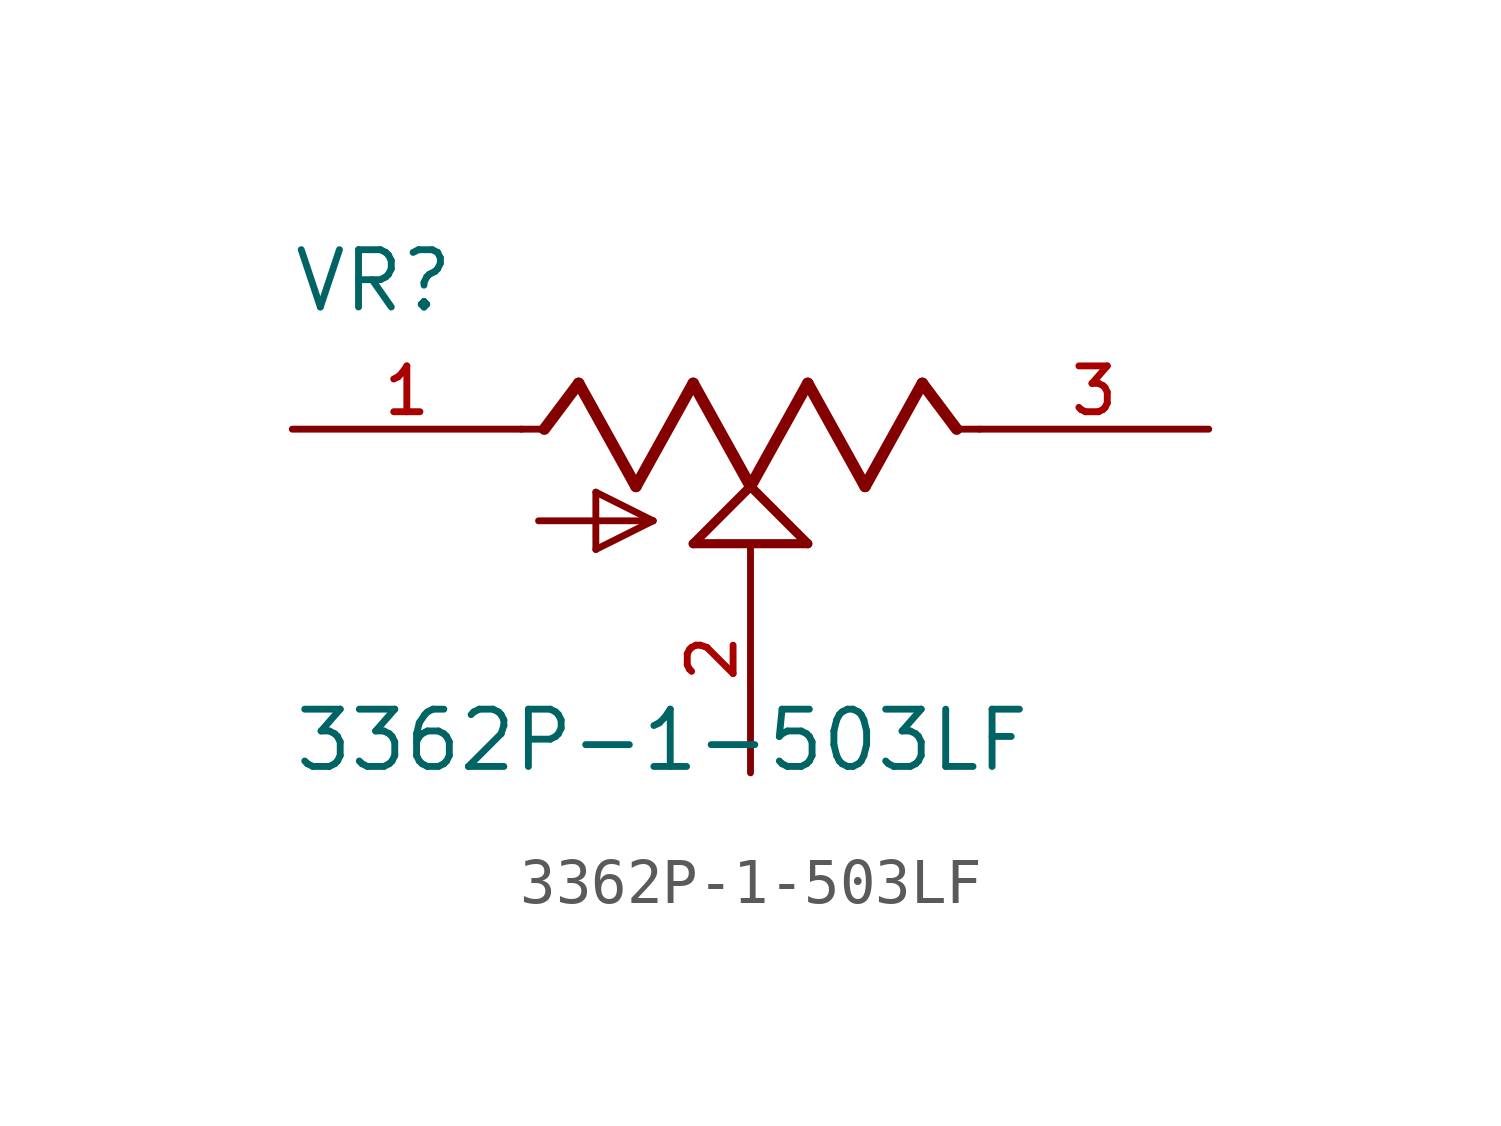
<source format=kicad_sym>
(kicad_symbol_lib
  (version 20211014)
  (generator kicad_symbol_editor)
  (symbol "3362P-1-503LF"
    (pin_names
      (offset 1.016))
    (property "Reference" "VR"
      (at -10.182 2.546 0)
      (effects (font (size 1.27 1.27)) (justify bottom left)))
    (property "Value" "3362P-1-503LF"
      (at -10.165 -7.642 0)
      (effects (font (size 1.27 1.27)) (justify bottom left)))
    (symbol "3362P-1-503LF_0_0"
      (polyline (pts (xy -5.08 0.0) (xy -4.572 0.0)) (stroke (width 0.152)))
      (polyline (pts (xy -4.572 0.0) (xy -3.81 1.016)) (stroke (width 0.254)))
      (polyline (pts (xy -3.81 1.016) (xy -2.54 -1.27)) (stroke (width 0.254)))
      (polyline (pts (xy -2.54 -1.27) (xy -1.27 1.016)) (stroke (width 0.254)))
      (polyline (pts (xy -1.27 1.016) (xy 0.0 -1.27)) (stroke (width 0.254)))
      (polyline (pts (xy 0.0 -1.27) (xy 1.27 1.016)) (stroke (width 0.254)))
      (polyline (pts (xy 1.27 1.016) (xy 2.54 -1.27)) (stroke (width 0.254)))
      (polyline (pts (xy 2.54 -1.27) (xy 3.81 1.016)) (stroke (width 0.254)))
      (polyline (pts (xy 3.81 1.016) (xy 4.572 0.0)) (stroke (width 0.254)))
      (polyline (pts (xy 4.572 0.0) (xy 5.08 0.0)) (stroke (width 0.152)))
      (polyline (pts (xy 0.0 -1.27) (xy 1.27 -2.54)) (stroke (width 0.203)))
      (polyline (pts (xy -1.27 -2.54) (xy 0.0 -1.27)) (stroke (width 0.203)))
      (polyline (pts (xy 1.27 -2.54) (xy -1.27 -2.54)) (stroke (width 0.203)))
      (polyline (pts (xy -4.699 -2.032) (xy -2.159 -2.032)) (stroke (width 0.152)))
      (polyline (pts (xy -2.159 -2.032) (xy -3.429 -2.667)) (stroke (width 0.152)))
      (polyline (pts (xy -3.429 -2.667) (xy -3.429 -1.397)) (stroke (width 0.152)))
      (polyline (pts (xy -3.429 -1.397) (xy -2.159 -2.032)) (stroke (width 0.152)))
      (pin passive line (at -10.16 0.0 0) (length 5.08) (name "~" (effects (font (size 1.016 1.016)))) (number "1" (effects (font (size 1.016 1.016)))))
      (pin passive line (at 0.0 -7.62 90.0) (length 5.08) (name "~" (effects (font (size 1.016 1.016)))) (number "2" (effects (font (size 1.016 1.016)))))
      (pin passive line (at 10.16 0.0 180.0) (length 5.08) (name "~" (effects (font (size 1.016 1.016)))) (number "3" (effects (font (size 1.016 1.016))))))))
</source>
